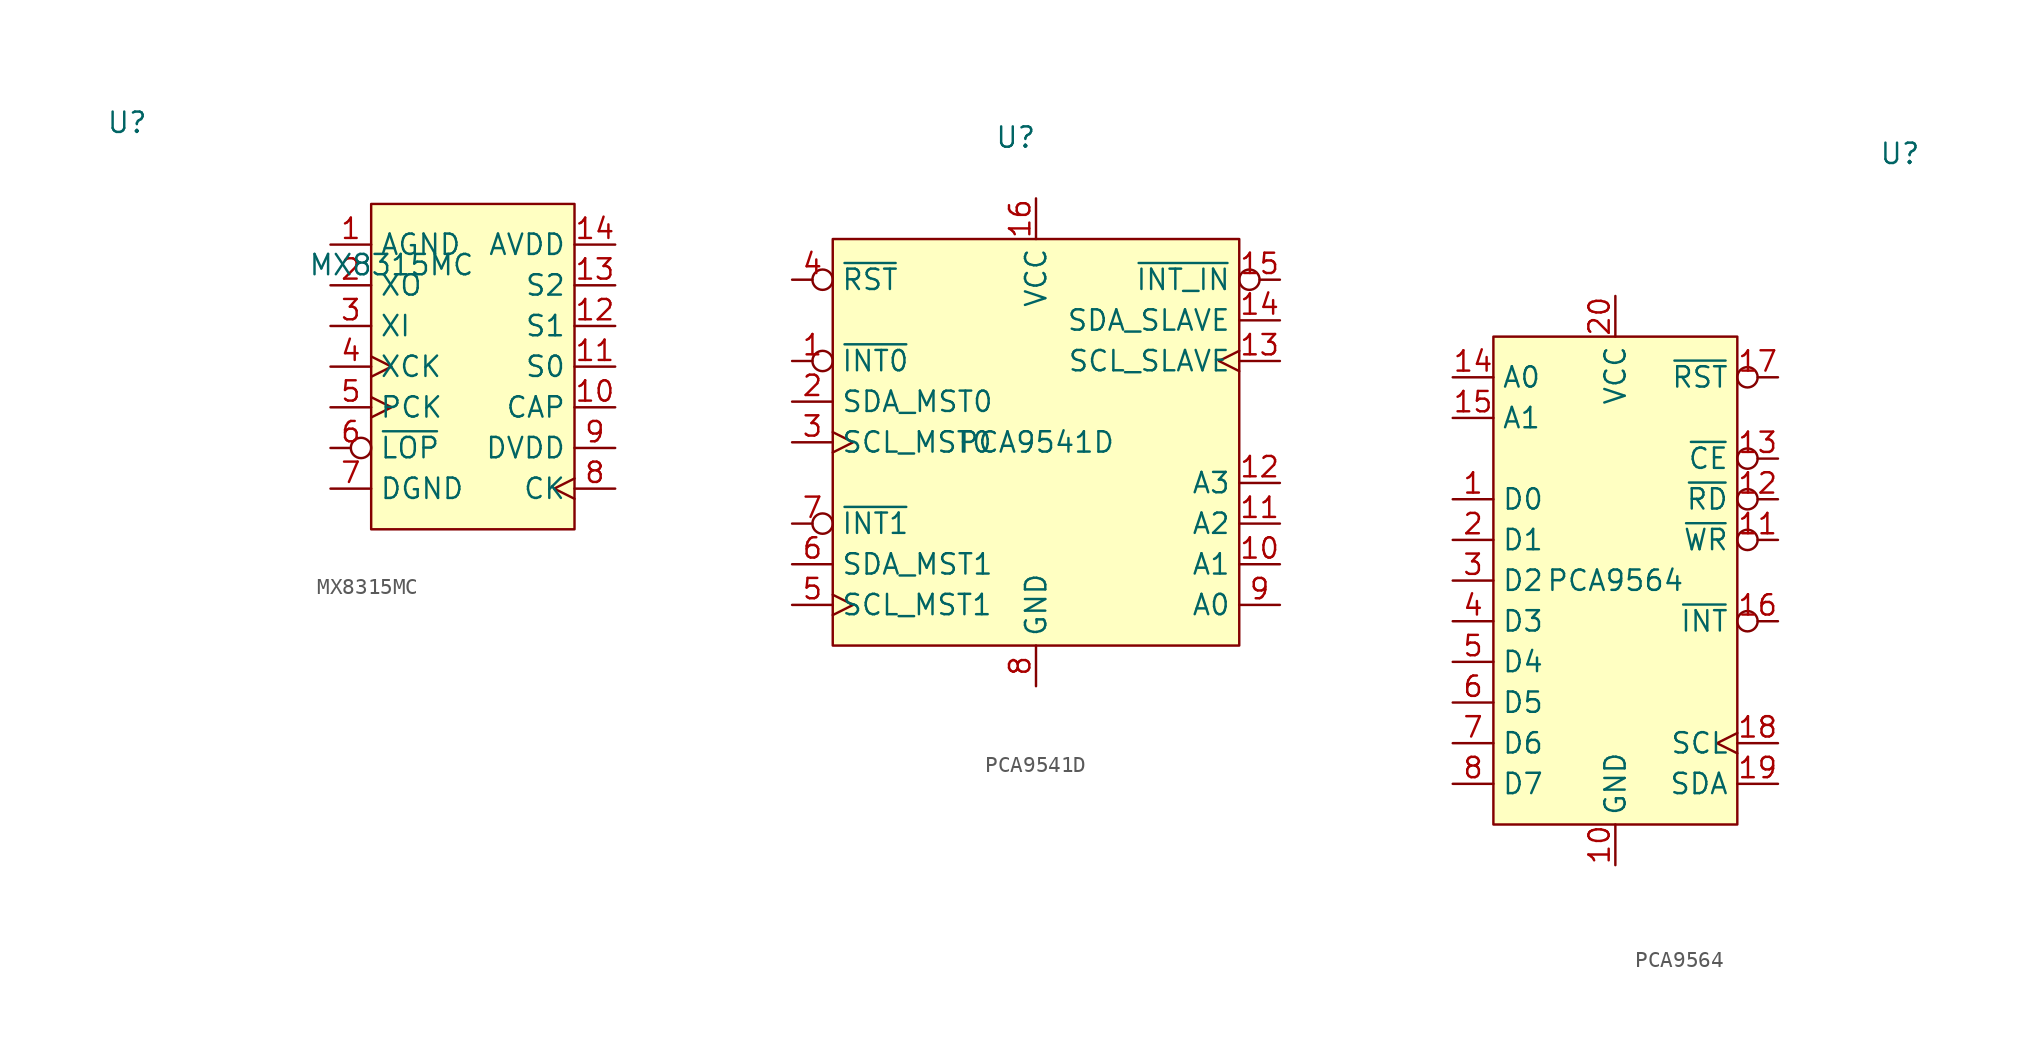
<source format=kicad_sym>
(kicad_symbol_lib
  (version 20220914)
  (generator kicad_symbol_editor)
  (symbol "MX8315MC"
    (property "Reference" "U"
      (at -21.59 15.24 0)
      (effects (font (size 1.27 1.27))))
    (property "Value" "MX8315MC"
      (at -5.08 6.35 0)
      (effects (font (size 1.27 1.27))))
    (symbol "MX8315MC_1_1"
      (rectangle (start -6.35 10.16) (end 6.35 -10.16) (stroke (width 0) (type default)) (fill (type background)))
      (pin power_in line (at -8.89 7.62 0) (length 2.54) (name "AGND" (effects (font (size 1.27 1.27)))) (number "1" (effects (font (size 1.27 1.27)))))
      (pin power_in line (at 8.89 -2.54 180) (length 2.54) (name "CAP" (effects (font (size 1.27 1.27)))) (number "10" (effects (font (size 1.27 1.27)))))
      (pin input line (at 8.89 0 180) (length 2.54) (name "S0" (effects (font (size 1.27 1.27)))) (number "11" (effects (font (size 1.27 1.27)))))
      (pin input line (at 8.89 2.54 180) (length 2.54) (name "S1" (effects (font (size 1.27 1.27)))) (number "12" (effects (font (size 1.27 1.27)))))
      (pin input line (at 8.89 5.08 180) (length 2.54) (name "S2" (effects (font (size 1.27 1.27)))) (number "13" (effects (font (size 1.27 1.27)))))
      (pin power_in line (at 8.89 7.62 180) (length 2.54) (name "AVDD" (effects (font (size 1.27 1.27)))) (number "14" (effects (font (size 1.27 1.27)))))
      (pin output line (at -8.89 5.08 0) (length 2.54) (name "XO" (effects (font (size 1.27 1.27)))) (number "2" (effects (font (size 1.27 1.27)))))
      (pin input line (at -8.89 2.54 0) (length 2.54) (name "XI" (effects (font (size 1.27 1.27)))) (number "3" (effects (font (size 1.27 1.27)))))
      (pin input clock (at -8.89 0 0) (length 2.54) (name "XCK" (effects (font (size 1.27 1.27)))) (number "4" (effects (font (size 1.27 1.27)))))
      (pin output clock (at -8.89 -2.54 0) (length 2.54) (name "PCK" (effects (font (size 1.27 1.27)))) (number "5" (effects (font (size 1.27 1.27)))))
      (pin input inverted (at -8.89 -5.08 0) (length 2.54) (name "~{LOP}" (effects (font (size 1.27 1.27)))) (number "6" (effects (font (size 1.27 1.27)))))
      (pin power_in line (at -8.89 -7.62 0) (length 2.54) (name "DGND" (effects (font (size 1.27 1.27)))) (number "7" (effects (font (size 1.27 1.27)))))
      (pin output clock (at 8.89 -7.62 180) (length 2.54) (name "CK" (effects (font (size 1.27 1.27)))) (number "8" (effects (font (size 1.27 1.27)))))
      (pin power_in line (at 8.89 -5.08 180) (length 2.54) (name "DVDD" (effects (font (size 1.27 1.27)))) (number "9" (effects (font (size 1.27 1.27)))))))
  (symbol "PCA9541D"
    (property "Reference" "U"
      (at -1.27 19.05 0)
      (effects (font (size 1.27 1.27))))
    (property "Value" "PCA9541D"
      (at 0 0 0)
      (effects (font (size 1.27 1.27))))
    (symbol "PCA9541D_1_1"
      (rectangle (start -12.7 12.7) (end 12.7 -12.7) (stroke (width 0) (type default)) (fill (type background)))
      (pin output inverted (at -15.24 5.08 0) (length 2.54) (name "~{INT0}" (effects (font (size 1.27 1.27)))) (number "1" (effects (font (size 1.27 1.27)))))
      (pin input line (at 15.24 -7.62 180) (length 2.54) (name "A1" (effects (font (size 1.27 1.27)))) (number "10" (effects (font (size 1.27 1.27)))))
      (pin input line (at 15.24 -5.08 180) (length 2.54) (name "A2" (effects (font (size 1.27 1.27)))) (number "11" (effects (font (size 1.27 1.27)))))
      (pin input line (at 15.24 -2.54 180) (length 2.54) (name "A3" (effects (font (size 1.27 1.27)))) (number "12" (effects (font (size 1.27 1.27)))))
      (pin output clock (at 15.24 5.08 180) (length 2.54) (name "SCL_SLAVE" (effects (font (size 1.27 1.27)))) (number "13" (effects (font (size 1.27 1.27)))))
      (pin bidirectional line (at 15.24 7.62 180) (length 2.54) (name "SDA_SLAVE" (effects (font (size 1.27 1.27)))) (number "14" (effects (font (size 1.27 1.27)))))
      (pin input inverted (at 15.24 10.16 180) (length 2.54) (name "~{INT_IN}" (effects (font (size 1.27 1.27)))) (number "15" (effects (font (size 1.27 1.27)))))
      (pin power_in line (at 0 15.24 270) (length 2.54) (name "VCC" (effects (font (size 1.27 1.27)))) (number "16" (effects (font (size 1.27 1.27)))))
      (pin bidirectional line (at -15.24 2.54 0) (length 2.54) (name "SDA_MST0" (effects (font (size 1.27 1.27)))) (number "2" (effects (font (size 1.27 1.27)))))
      (pin input clock (at -15.24 0 0) (length 2.54) (name "SCL_MST0" (effects (font (size 1.27 1.27)))) (number "3" (effects (font (size 1.27 1.27)))))
      (pin input inverted (at -15.24 10.16 0) (length 2.54) (name "~{RST}" (effects (font (size 1.27 1.27)))) (number "4" (effects (font (size 1.27 1.27)))))
      (pin input clock (at -15.24 -10.16 0) (length 2.54) (name "SCL_MST1" (effects (font (size 1.27 1.27)))) (number "5" (effects (font (size 1.27 1.27)))))
      (pin bidirectional line (at -15.24 -7.62 0) (length 2.54) (name "SDA_MST1" (effects (font (size 1.27 1.27)))) (number "6" (effects (font (size 1.27 1.27)))))
      (pin output inverted (at -15.24 -5.08 0) (length 2.54) (name "~{INT1}" (effects (font (size 1.27 1.27)))) (number "7" (effects (font (size 1.27 1.27)))))
      (pin power_in line (at 0 -15.24 90) (length 2.54) (name "GND" (effects (font (size 1.27 1.27)))) (number "8" (effects (font (size 1.27 1.27)))))
      (pin input line (at 15.24 -10.16 180) (length 2.54) (name "A0" (effects (font (size 1.27 1.27)))) (number "9" (effects (font (size 1.27 1.27)))))))
  (symbol "PCA9564"
    (property "Reference" "U"
      (at 17.78 26.67 0)
      (effects (font (size 1.27 1.27))))
    (property "Value" "PCA9564"
      (at 0 0 0)
      (effects (font (size 1.27 1.27))))
    (symbol "PCA9564_1_1"
      (rectangle (start -7.62 15.24) (end 7.62 -15.24) (stroke (width 0) (type default)) (fill (type background)))
      (pin bidirectional line (at -10.16 5.08 0) (length 2.54) (name "D0" (effects (font (size 1.27 1.27)))) (number "1" (effects (font (size 1.27 1.27)))))
      (pin power_in line (at 0 -17.78 90) (length 2.54) (name "GND" (effects (font (size 1.27 1.27)))) (number "10" (effects (font (size 1.27 1.27)))))
      (pin input inverted (at 10.16 2.54 180) (length 2.54) (name "~{WR}" (effects (font (size 1.27 1.27)))) (number "11" (effects (font (size 1.27 1.27)))))
      (pin input inverted (at 10.16 5.08 180) (length 2.54) (name "~{RD}" (effects (font (size 1.27 1.27)))) (number "12" (effects (font (size 1.27 1.27)))))
      (pin input inverted (at 10.16 7.62 180) (length 2.54) (name "~{CE}" (effects (font (size 1.27 1.27)))) (number "13" (effects (font (size 1.27 1.27)))))
      (pin output line (at -10.16 12.7 0) (length 2.54) (name "A0" (effects (font (size 1.27 1.27)))) (number "14" (effects (font (size 1.27 1.27)))))
      (pin input line (at -10.16 10.16 0) (length 2.54) (name "A1" (effects (font (size 1.27 1.27)))) (number "15" (effects (font (size 1.27 1.27)))))
      (pin output inverted (at 10.16 -2.54 180) (length 2.54) (name "~{INT}" (effects (font (size 1.27 1.27)))) (number "16" (effects (font (size 1.27 1.27)))))
      (pin input inverted (at 10.16 12.7 180) (length 2.54) (name "~{RST}" (effects (font (size 1.27 1.27)))) (number "17" (effects (font (size 1.27 1.27)))))
      (pin output clock (at 10.16 -10.16 180) (length 2.54) (name "SCL" (effects (font (size 1.27 1.27)))) (number "18" (effects (font (size 1.27 1.27)))))
      (pin bidirectional line (at 10.16 -12.7 180) (length 2.54) (name "SDA" (effects (font (size 1.27 1.27)))) (number "19" (effects (font (size 1.27 1.27)))))
      (pin bidirectional line (at -10.16 2.54 0) (length 2.54) (name "D1" (effects (font (size 1.27 1.27)))) (number "2" (effects (font (size 1.27 1.27)))))
      (pin power_in line (at 0 17.78 270) (length 2.54) (name "VCC" (effects (font (size 1.27 1.27)))) (number "20" (effects (font (size 1.27 1.27)))))
      (pin bidirectional line (at -10.16 0 0) (length 2.54) (name "D2" (effects (font (size 1.27 1.27)))) (number "3" (effects (font (size 1.27 1.27)))))
      (pin bidirectional line (at -10.16 -2.54 0) (length 2.54) (name "D3" (effects (font (size 1.27 1.27)))) (number "4" (effects (font (size 1.27 1.27)))))
      (pin bidirectional line (at -10.16 -5.08 0) (length 2.54) (name "D4" (effects (font (size 1.27 1.27)))) (number "5" (effects (font (size 1.27 1.27)))))
      (pin bidirectional line (at -10.16 -7.62 0) (length 2.54) (name "D5" (effects (font (size 1.27 1.27)))) (number "6" (effects (font (size 1.27 1.27)))))
      (pin bidirectional line (at -10.16 -10.16 0) (length 2.54) (name "D6" (effects (font (size 1.27 1.27)))) (number "7" (effects (font (size 1.27 1.27)))))
      (pin bidirectional line (at -10.16 -12.7 0) (length 2.54) (name "D7" (effects (font (size 1.27 1.27)))) (number "8" (effects (font (size 1.27 1.27)))))
      (pin no_connect line (at -2.54 -17.78 90) (length 2.54) hide (name "NC" (effects (font (size 1.27 1.27)))) (number "9" (effects (font (size 1.27 1.27))))))))
</source>
